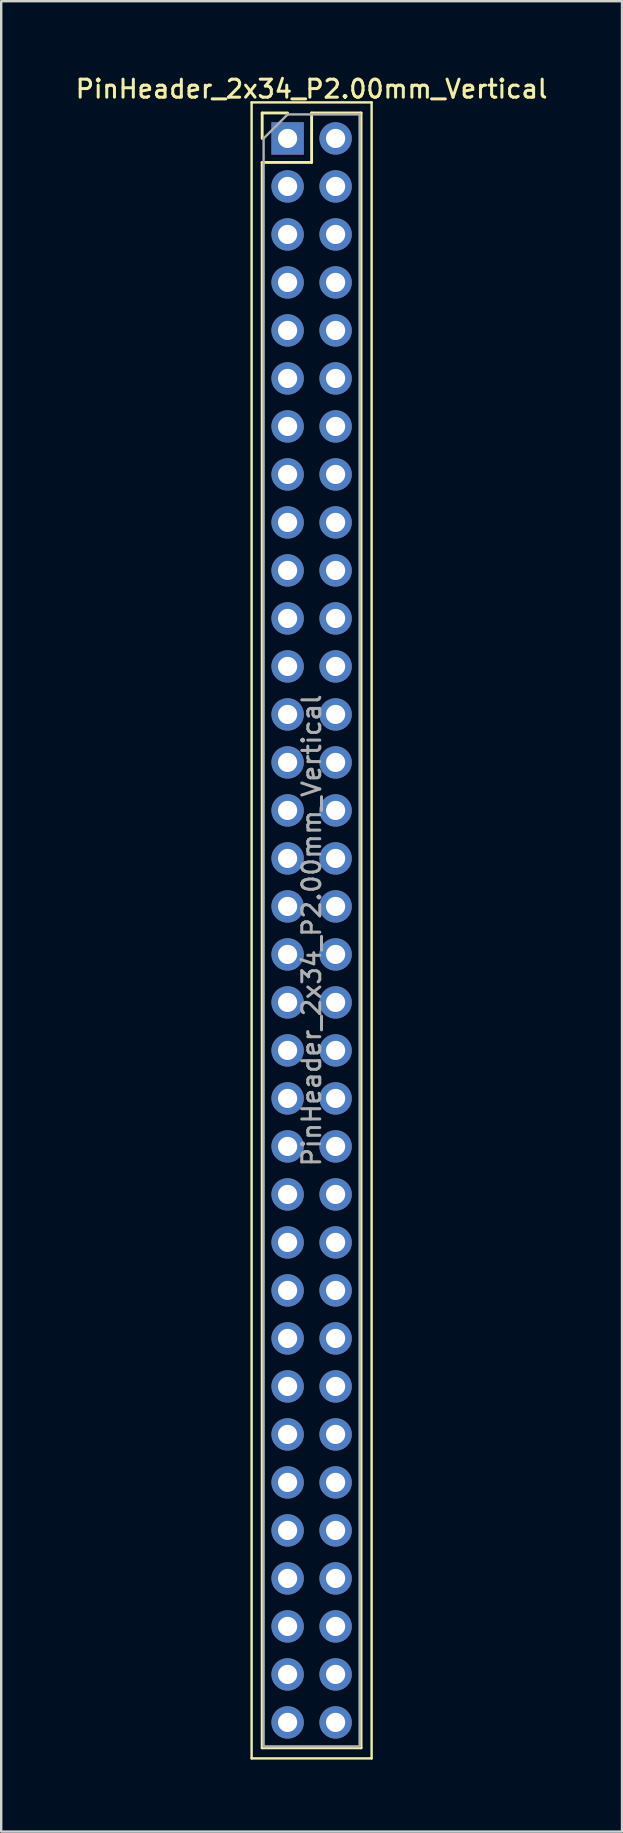
<source format=kicad_pcb>
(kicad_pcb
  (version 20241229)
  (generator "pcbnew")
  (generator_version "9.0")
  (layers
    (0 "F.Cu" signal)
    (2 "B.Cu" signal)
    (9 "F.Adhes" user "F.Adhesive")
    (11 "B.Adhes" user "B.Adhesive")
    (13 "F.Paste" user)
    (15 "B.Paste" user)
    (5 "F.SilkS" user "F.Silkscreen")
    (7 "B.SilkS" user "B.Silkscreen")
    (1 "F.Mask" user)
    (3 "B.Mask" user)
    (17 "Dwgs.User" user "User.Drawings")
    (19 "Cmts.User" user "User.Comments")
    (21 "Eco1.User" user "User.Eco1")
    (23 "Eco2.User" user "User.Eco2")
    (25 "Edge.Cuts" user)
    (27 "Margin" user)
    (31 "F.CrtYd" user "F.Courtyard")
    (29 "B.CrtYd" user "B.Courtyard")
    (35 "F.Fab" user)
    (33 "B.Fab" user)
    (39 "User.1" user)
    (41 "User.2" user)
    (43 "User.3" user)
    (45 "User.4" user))
  (footprint "PinHeader_2x34_P2.00mm_Vertical"
    (layer "F.Cu")
    (at 8.934 2.718)
    (property "Reference" "PinHeader_2x34_P2.00mm_Vertical" (at 1 -2.06 0) (layer "F.SilkS") (effects (font (size 0.75 0.75) (thickness 0.125))))
    (attr through_hole)
    (fp_line (start -1.5 -1.5) (end -1.5 67.5) (stroke (width 0.1) (type solid)) (layer "F.SilkS"))
    (fp_line (start -1.5 67.5) (end 3.5 67.5) (stroke (width 0.1) (type solid)) (layer "F.SilkS"))
    (fp_line (start -1.06 -1.06) (end 0 -1.06) (stroke (width 0.12) (type solid)) (layer "F.SilkS"))
    (fp_line (start -1.06 0) (end -1.06 -1.06) (stroke (width 0.12) (type solid)) (layer "F.SilkS"))
    (fp_line (start -1.06 1) (end -1.06 67.06) (stroke (width 0.12) (type solid)) (layer "F.SilkS"))
    (fp_line (start -1.06 1) (end 1 1) (stroke (width 0.12) (type solid)) (layer "F.SilkS"))
    (fp_line (start -1.06 67.06) (end 3.06 67.06) (stroke (width 0.12) (type solid)) (layer "F.SilkS"))
    (fp_line (start 1 -1.06) (end 3.06 -1.06) (stroke (width 0.12) (type solid)) (layer "F.SilkS"))
    (fp_line (start 1 1) (end 1 -1.06) (stroke (width 0.12) (type solid)) (layer "F.SilkS"))
    (fp_line (start 3.06 -1.06) (end 3.06 67.06) (stroke (width 0.12) (type solid)) (layer "F.SilkS"))
    (fp_line (start 3.5 -1.5) (end -1.5 -1.5) (stroke (width 0.1) (type solid)) (layer "F.SilkS"))
    (fp_line (start 3.5 67.5) (end 3.5 -1.5) (stroke (width 0.1) (type solid)) (layer "F.SilkS"))
    (fp_line (start -1 0) (end 0 -1) (stroke (width 0.1) (type solid)) (layer "F.Fab"))
    (fp_line (start -1 67) (end -1 0) (stroke (width 0.1) (type solid)) (layer "F.Fab"))
    (fp_line (start 0 -1) (end 3 -1) (stroke (width 0.1) (type solid)) (layer "F.Fab"))
    (fp_line (start 3 -1) (end 3 67) (stroke (width 0.1) (type solid)) (layer "F.Fab"))
    (fp_line (start 3 67) (end -1 67) (stroke (width 0.1) (type solid)) (layer "F.Fab"))
    (fp_text user "${REFERENCE}" (at 1 33 90) (layer "F.Fab") (effects (font (size 0.75 0.75) (thickness 0.125))))
    (pad "1" thru_hole rect (at 0 0) (size 1.35 1.35) (drill 0.8) (layers "*.Cu" "*.Mask"))
    (pad "2" thru_hole oval (at 2 0) (size 1.35 1.35) (drill 0.8) (layers "*.Cu" "*.Mask"))
    (pad "3" thru_hole oval (at 0 2) (size 1.35 1.35) (drill 0.8) (layers "*.Cu" "*.Mask"))
    (pad "4" thru_hole oval (at 2 2) (size 1.35 1.35) (drill 0.8) (layers "*.Cu" "*.Mask"))
    (pad "5" thru_hole oval (at 0 4) (size 1.35 1.35) (drill 0.8) (layers "*.Cu" "*.Mask"))
    (pad "6" thru_hole oval (at 2 4) (size 1.35 1.35) (drill 0.8) (layers "*.Cu" "*.Mask"))
    (pad "7" thru_hole oval (at 0 6) (size 1.35 1.35) (drill 0.8) (layers "*.Cu" "*.Mask"))
    (pad "8" thru_hole oval (at 2 6) (size 1.35 1.35) (drill 0.8) (layers "*.Cu" "*.Mask"))
    (pad "9" thru_hole oval (at 0 8) (size 1.35 1.35) (drill 0.8) (layers "*.Cu" "*.Mask"))
    (pad "10" thru_hole oval (at 2 8) (size 1.35 1.35) (drill 0.8) (layers "*.Cu" "*.Mask"))
    (pad "11" thru_hole oval (at 0 10) (size 1.35 1.35) (drill 0.8) (layers "*.Cu" "*.Mask"))
    (pad "12" thru_hole oval (at 2 10) (size 1.35 1.35) (drill 0.8) (layers "*.Cu" "*.Mask"))
    (pad "13" thru_hole oval (at 0 12) (size 1.35 1.35) (drill 0.8) (layers "*.Cu" "*.Mask"))
    (pad "14" thru_hole oval (at 2 12) (size 1.35 1.35) (drill 0.8) (layers "*.Cu" "*.Mask"))
    (pad "15" thru_hole oval (at 0 14) (size 1.35 1.35) (drill 0.8) (layers "*.Cu" "*.Mask"))
    (pad "16" thru_hole oval (at 2 14) (size 1.35 1.35) (drill 0.8) (layers "*.Cu" "*.Mask"))
    (pad "17" thru_hole oval (at 0 16) (size 1.35 1.35) (drill 0.8) (layers "*.Cu" "*.Mask"))
    (pad "18" thru_hole oval (at 2 16) (size 1.35 1.35) (drill 0.8) (layers "*.Cu" "*.Mask"))
    (pad "19" thru_hole oval (at 0 18) (size 1.35 1.35) (drill 0.8) (layers "*.Cu" "*.Mask"))
    (pad "20" thru_hole oval (at 2 18) (size 1.35 1.35) (drill 0.8) (layers "*.Cu" "*.Mask"))
    (pad "21" thru_hole oval (at 0 20) (size 1.35 1.35) (drill 0.8) (layers "*.Cu" "*.Mask"))
    (pad "22" thru_hole oval (at 2 20) (size 1.35 1.35) (drill 0.8) (layers "*.Cu" "*.Mask"))
    (pad "23" thru_hole oval (at 0 22) (size 1.35 1.35) (drill 0.8) (layers "*.Cu" "*.Mask"))
    (pad "24" thru_hole oval (at 2 22) (size 1.35 1.35) (drill 0.8) (layers "*.Cu" "*.Mask"))
    (pad "25" thru_hole oval (at 0 24) (size 1.35 1.35) (drill 0.8) (layers "*.Cu" "*.Mask"))
    (pad "26" thru_hole oval (at 2 24) (size 1.35 1.35) (drill 0.8) (layers "*.Cu" "*.Mask"))
    (pad "27" thru_hole oval (at 0 26) (size 1.35 1.35) (drill 0.8) (layers "*.Cu" "*.Mask"))
    (pad "28" thru_hole oval (at 2 26) (size 1.35 1.35) (drill 0.8) (layers "*.Cu" "*.Mask"))
    (pad "29" thru_hole oval (at 0 28) (size 1.35 1.35) (drill 0.8) (layers "*.Cu" "*.Mask"))
    (pad "30" thru_hole oval (at 2 28) (size 1.35 1.35) (drill 0.8) (layers "*.Cu" "*.Mask"))
    (pad "31" thru_hole oval (at 0 30) (size 1.35 1.35) (drill 0.8) (layers "*.Cu" "*.Mask"))
    (pad "32" thru_hole oval (at 2 30) (size 1.35 1.35) (drill 0.8) (layers "*.Cu" "*.Mask"))
    (pad "33" thru_hole oval (at 0 32) (size 1.35 1.35) (drill 0.8) (layers "*.Cu" "*.Mask"))
    (pad "34" thru_hole oval (at 2 32) (size 1.35 1.35) (drill 0.8) (layers "*.Cu" "*.Mask"))
    (pad "35" thru_hole oval (at 0 34) (size 1.35 1.35) (drill 0.8) (layers "*.Cu" "*.Mask"))
    (pad "36" thru_hole oval (at 2 34) (size 1.35 1.35) (drill 0.8) (layers "*.Cu" "*.Mask"))
    (pad "37" thru_hole oval (at 0 36) (size 1.35 1.35) (drill 0.8) (layers "*.Cu" "*.Mask"))
    (pad "38" thru_hole oval (at 2 36) (size 1.35 1.35) (drill 0.8) (layers "*.Cu" "*.Mask"))
    (pad "39" thru_hole oval (at 0 38) (size 1.35 1.35) (drill 0.8) (layers "*.Cu" "*.Mask"))
    (pad "40" thru_hole oval (at 2 38) (size 1.35 1.35) (drill 0.8) (layers "*.Cu" "*.Mask"))
    (pad "41" thru_hole oval (at 0 40) (size 1.35 1.35) (drill 0.8) (layers "*.Cu" "*.Mask"))
    (pad "42" thru_hole oval (at 2 40) (size 1.35 1.35) (drill 0.8) (layers "*.Cu" "*.Mask"))
    (pad "43" thru_hole oval (at 0 42) (size 1.35 1.35) (drill 0.8) (layers "*.Cu" "*.Mask"))
    (pad "44" thru_hole oval (at 2 42) (size 1.35 1.35) (drill 0.8) (layers "*.Cu" "*.Mask"))
    (pad "45" thru_hole oval (at 0 44) (size 1.35 1.35) (drill 0.8) (layers "*.Cu" "*.Mask"))
    (pad "46" thru_hole oval (at 2 44) (size 1.35 1.35) (drill 0.8) (layers "*.Cu" "*.Mask"))
    (pad "47" thru_hole oval (at 0 46) (size 1.35 1.35) (drill 0.8) (layers "*.Cu" "*.Mask"))
    (pad "48" thru_hole oval (at 2 46) (size 1.35 1.35) (drill 0.8) (layers "*.Cu" "*.Mask"))
    (pad "49" thru_hole oval (at 0 48) (size 1.35 1.35) (drill 0.8) (layers "*.Cu" "*.Mask"))
    (pad "50" thru_hole oval (at 2 48) (size 1.35 1.35) (drill 0.8) (layers "*.Cu" "*.Mask"))
    (pad "51" thru_hole oval (at 0 50) (size 1.35 1.35) (drill 0.8) (layers "*.Cu" "*.Mask"))
    (pad "52" thru_hole oval (at 2 50) (size 1.35 1.35) (drill 0.8) (layers "*.Cu" "*.Mask"))
    (pad "53" thru_hole oval (at 0 52) (size 1.35 1.35) (drill 0.8) (layers "*.Cu" "*.Mask"))
    (pad "54" thru_hole oval (at 2 52) (size 1.35 1.35) (drill 0.8) (layers "*.Cu" "*.Mask"))
    (pad "55" thru_hole oval (at 0 54) (size 1.35 1.35) (drill 0.8) (layers "*.Cu" "*.Mask"))
    (pad "56" thru_hole oval (at 2 54) (size 1.35 1.35) (drill 0.8) (layers "*.Cu" "*.Mask"))
    (pad "57" thru_hole oval (at 0 56) (size 1.35 1.35) (drill 0.8) (layers "*.Cu" "*.Mask"))
    (pad "58" thru_hole oval (at 2 56) (size 1.35 1.35) (drill 0.8) (layers "*.Cu" "*.Mask"))
    (pad "59" thru_hole oval (at 0 58) (size 1.35 1.35) (drill 0.8) (layers "*.Cu" "*.Mask"))
    (pad "60" thru_hole oval (at 2 58) (size 1.35 1.35) (drill 0.8) (layers "*.Cu" "*.Mask"))
    (pad "61" thru_hole oval (at 0 60) (size 1.35 1.35) (drill 0.8) (layers "*.Cu" "*.Mask"))
    (pad "62" thru_hole oval (at 2 60) (size 1.35 1.35) (drill 0.8) (layers "*.Cu" "*.Mask"))
    (pad "63" thru_hole oval (at 0 62) (size 1.35 1.35) (drill 0.8) (layers "*.Cu" "*.Mask"))
    (pad "64" thru_hole oval (at 2 62) (size 1.35 1.35) (drill 0.8) (layers "*.Cu" "*.Mask"))
    (pad "65" thru_hole oval (at 0 64) (size 1.35 1.35) (drill 0.8) (layers "*.Cu" "*.Mask"))
    (pad "66" thru_hole oval (at 2 64) (size 1.35 1.35) (drill 0.8) (layers "*.Cu" "*.Mask"))
    (pad "67" thru_hole oval (at 0 66) (size 1.35 1.35) (drill 0.8) (layers "*.Cu" "*.Mask"))
    (pad "68" thru_hole oval (at 2 66) (size 1.35 1.35) (drill 0.8) (layers "*.Cu" "*.Mask")))
  (gr_rect
    (start -3 -3)
    (end 22.868 73.268)
    (stroke (width 0.1) (type default))
    (fill no)
    (layer "Edge.Cuts")))
</source>
